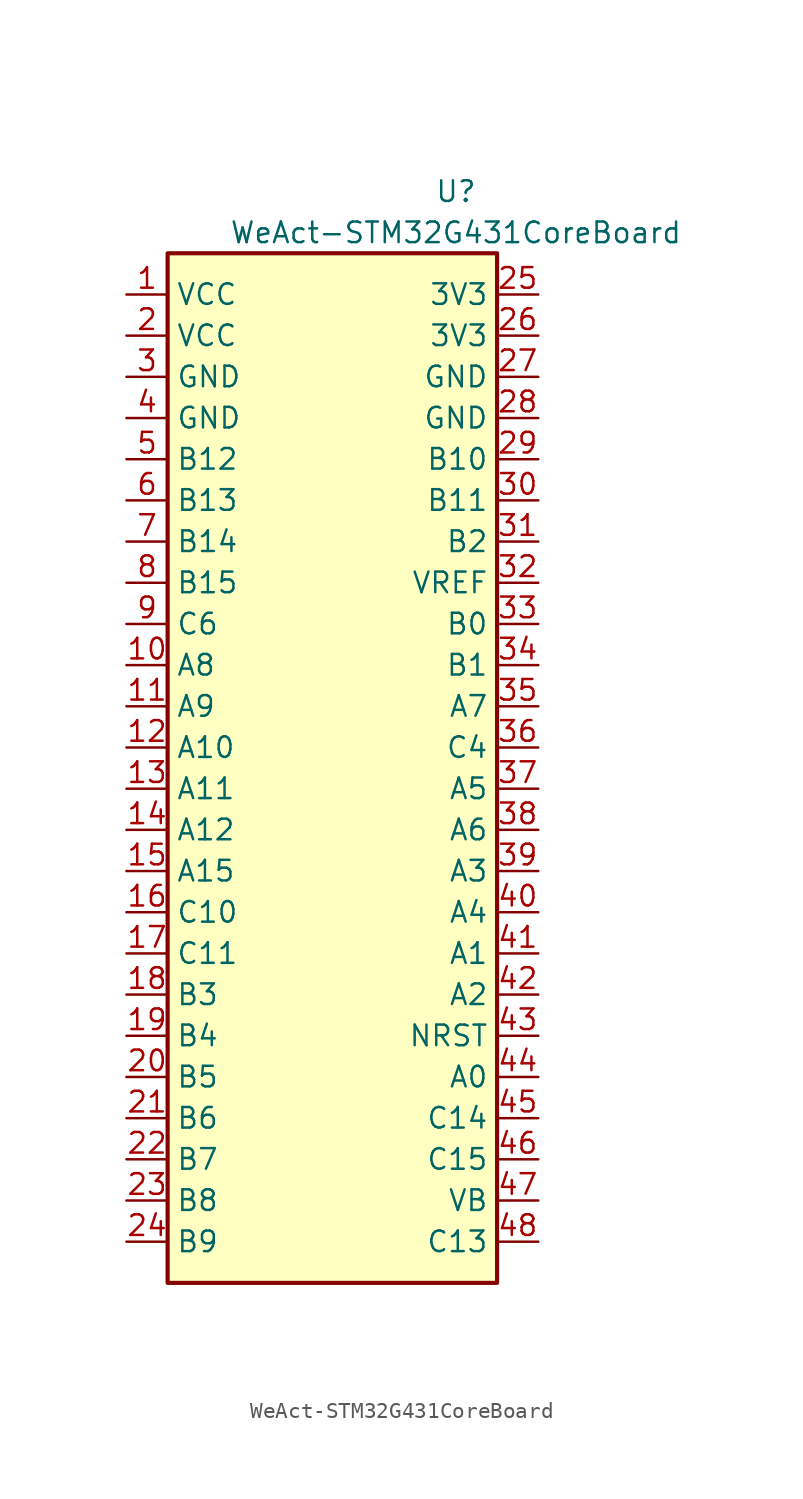
<source format=kicad_sym>
(kicad_symbol_lib
  (version 20211014)
  (generator kicad_symbol_editor)
  (symbol "WeAct-STM32G431CoreBoard"
    (property "Reference" "U"
      (at 7.62 31.75 0)
      (effects (font (size 1.27 1.27))))
    (property "Value" "WeAct-STM32G431CoreBoard"
      (at 7.62 29.21 0)
      (effects (font (size 1.27 1.27))))
    (symbol "WeAct-STM32G431CoreBoard_0_1"
      (rectangle (start -10.16 27.94) (end 10.16 -35.56) (stroke (width 0.254) (type default) (color 0 0 0 0)) (fill (type background))))
    (symbol "WeAct-STM32G431CoreBoard_1_1"
      (pin power_in line (at -12.7 25.4 0) (length 2.54) (name "VCC" (effects (font (size 1.27 1.27)))) (number "1" (effects (font (size 1.27 1.27)))))
      (pin bidirectional line (at -12.7 2.54 0) (length 2.54) (name "A8" (effects (font (size 1.27 1.27)))) (number "10" (effects (font (size 1.27 1.27)))))
      (pin bidirectional line (at -12.7 0 0) (length 2.54) (name "A9" (effects (font (size 1.27 1.27)))) (number "11" (effects (font (size 1.27 1.27)))))
      (pin bidirectional line (at -12.7 -2.54 0) (length 2.54) (name "A10" (effects (font (size 1.27 1.27)))) (number "12" (effects (font (size 1.27 1.27)))))
      (pin bidirectional line (at -12.7 -5.08 0) (length 2.54) (name "A11" (effects (font (size 1.27 1.27)))) (number "13" (effects (font (size 1.27 1.27)))))
      (pin bidirectional line (at -12.7 -7.62 0) (length 2.54) (name "A12" (effects (font (size 1.27 1.27)))) (number "14" (effects (font (size 1.27 1.27)))))
      (pin bidirectional line (at -12.7 -10.16 0) (length 2.54) (name "A15" (effects (font (size 1.27 1.27)))) (number "15" (effects (font (size 1.27 1.27)))))
      (pin bidirectional line (at -12.7 -12.7 0) (length 2.54) (name "C10" (effects (font (size 1.27 1.27)))) (number "16" (effects (font (size 1.27 1.27)))))
      (pin bidirectional line (at -12.7 -15.24 0) (length 2.54) (name "C11" (effects (font (size 1.27 1.27)))) (number "17" (effects (font (size 1.27 1.27)))))
      (pin bidirectional line (at -12.7 -17.78 0) (length 2.54) (name "B3" (effects (font (size 1.27 1.27)))) (number "18" (effects (font (size 1.27 1.27)))))
      (pin bidirectional line (at -12.7 -20.32 0) (length 2.54) (name "B4" (effects (font (size 1.27 1.27)))) (number "19" (effects (font (size 1.27 1.27)))))
      (pin power_in line (at -12.7 22.86 0) (length 2.54) (name "VCC" (effects (font (size 1.27 1.27)))) (number "2" (effects (font (size 1.27 1.27)))))
      (pin bidirectional line (at -12.7 -22.86 0) (length 2.54) (name "B5" (effects (font (size 1.27 1.27)))) (number "20" (effects (font (size 1.27 1.27)))))
      (pin bidirectional line (at -12.7 -25.4 0) (length 2.54) (name "B6" (effects (font (size 1.27 1.27)))) (number "21" (effects (font (size 1.27 1.27)))))
      (pin bidirectional line (at -12.7 -27.94 0) (length 2.54) (name "B7" (effects (font (size 1.27 1.27)))) (number "22" (effects (font (size 1.27 1.27)))))
      (pin bidirectional line (at -12.7 -30.48 0) (length 2.54) (name "B8" (effects (font (size 1.27 1.27)))) (number "23" (effects (font (size 1.27 1.27)))))
      (pin bidirectional line (at -12.7 -33.02 0) (length 2.54) (name "B9" (effects (font (size 1.27 1.27)))) (number "24" (effects (font (size 1.27 1.27)))))
      (pin power_in line (at 12.7 25.4 180) (length 2.54) (name "3V3" (effects (font (size 1.27 1.27)))) (number "25" (effects (font (size 1.27 1.27)))))
      (pin power_in line (at 12.7 22.86 180) (length 2.54) (name "3V3" (effects (font (size 1.27 1.27)))) (number "26" (effects (font (size 1.27 1.27)))))
      (pin power_in line (at 12.7 20.32 180) (length 2.54) (name "GND" (effects (font (size 1.27 1.27)))) (number "27" (effects (font (size 1.27 1.27)))))
      (pin power_in line (at 12.7 17.78 180) (length 2.54) (name "GND" (effects (font (size 1.27 1.27)))) (number "28" (effects (font (size 1.27 1.27)))))
      (pin bidirectional line (at 12.7 15.24 180) (length 2.54) (name "B10" (effects (font (size 1.27 1.27)))) (number "29" (effects (font (size 1.27 1.27)))))
      (pin power_in line (at -12.7 20.32 0) (length 2.54) (name "GND" (effects (font (size 1.27 1.27)))) (number "3" (effects (font (size 1.27 1.27)))))
      (pin bidirectional line (at 12.7 12.7 180) (length 2.54) (name "B11" (effects (font (size 1.27 1.27)))) (number "30" (effects (font (size 1.27 1.27)))))
      (pin bidirectional line (at 12.7 10.16 180) (length 2.54) (name "B2" (effects (font (size 1.27 1.27)))) (number "31" (effects (font (size 1.27 1.27)))))
      (pin power_in line (at 12.7 7.62 180) (length 2.54) (name "VREF" (effects (font (size 1.27 1.27)))) (number "32" (effects (font (size 1.27 1.27)))))
      (pin bidirectional line (at 12.7 5.08 180) (length 2.54) (name "B0" (effects (font (size 1.27 1.27)))) (number "33" (effects (font (size 1.27 1.27)))))
      (pin bidirectional line (at 12.7 2.54 180) (length 2.54) (name "B1" (effects (font (size 1.27 1.27)))) (number "34" (effects (font (size 1.27 1.27)))))
      (pin bidirectional line (at 12.7 0 180) (length 2.54) (name "A7" (effects (font (size 1.27 1.27)))) (number "35" (effects (font (size 1.27 1.27)))))
      (pin bidirectional line (at 12.7 -2.54 180) (length 2.54) (name "C4" (effects (font (size 1.27 1.27)))) (number "36" (effects (font (size 1.27 1.27)))))
      (pin bidirectional line (at 12.7 -5.08 180) (length 2.54) (name "A5" (effects (font (size 1.27 1.27)))) (number "37" (effects (font (size 1.27 1.27)))))
      (pin bidirectional line (at 12.7 -7.62 180) (length 2.54) (name "A6" (effects (font (size 1.27 1.27)))) (number "38" (effects (font (size 1.27 1.27)))))
      (pin bidirectional line (at 12.7 -10.16 180) (length 2.54) (name "A3" (effects (font (size 1.27 1.27)))) (number "39" (effects (font (size 1.27 1.27)))))
      (pin power_in line (at -12.7 17.78 0) (length 2.54) (name "GND" (effects (font (size 1.27 1.27)))) (number "4" (effects (font (size 1.27 1.27)))))
      (pin bidirectional line (at 12.7 -12.7 180) (length 2.54) (name "A4" (effects (font (size 1.27 1.27)))) (number "40" (effects (font (size 1.27 1.27)))))
      (pin bidirectional line (at 12.7 -15.24 180) (length 2.54) (name "A1" (effects (font (size 1.27 1.27)))) (number "41" (effects (font (size 1.27 1.27)))))
      (pin bidirectional line (at 12.7 -17.78 180) (length 2.54) (name "A2" (effects (font (size 1.27 1.27)))) (number "42" (effects (font (size 1.27 1.27)))))
      (pin bidirectional line (at 12.7 -20.32 180) (length 2.54) (name "NRST" (effects (font (size 1.27 1.27)))) (number "43" (effects (font (size 1.27 1.27)))))
      (pin bidirectional line (at 12.7 -22.86 180) (length 2.54) (name "A0" (effects (font (size 1.27 1.27)))) (number "44" (effects (font (size 1.27 1.27)))))
      (pin bidirectional line (at 12.7 -25.4 180) (length 2.54) (name "C14" (effects (font (size 1.27 1.27)))) (number "45" (effects (font (size 1.27 1.27)))))
      (pin bidirectional line (at 12.7 -27.94 180) (length 2.54) (name "C15" (effects (font (size 1.27 1.27)))) (number "46" (effects (font (size 1.27 1.27)))))
      (pin power_in line (at 12.7 -30.48 180) (length 2.54) (name "VB" (effects (font (size 1.27 1.27)))) (number "47" (effects (font (size 1.27 1.27)))))
      (pin bidirectional line (at 12.7 -33.02 180) (length 2.54) (name "C13" (effects (font (size 1.27 1.27)))) (number "48" (effects (font (size 1.27 1.27)))))
      (pin bidirectional line (at -12.7 15.24 0) (length 2.54) (name "B12" (effects (font (size 1.27 1.27)))) (number "5" (effects (font (size 1.27 1.27)))))
      (pin bidirectional line (at -12.7 12.7 0) (length 2.54) (name "B13" (effects (font (size 1.27 1.27)))) (number "6" (effects (font (size 1.27 1.27)))))
      (pin bidirectional line (at -12.7 10.16 0) (length 2.54) (name "B14" (effects (font (size 1.27 1.27)))) (number "7" (effects (font (size 1.27 1.27)))))
      (pin bidirectional line (at -12.7 7.62 0) (length 2.54) (name "B15" (effects (font (size 1.27 1.27)))) (number "8" (effects (font (size 1.27 1.27)))))
      (pin bidirectional line (at -12.7 5.08 0) (length 2.54) (name "C6" (effects (font (size 1.27 1.27)))) (number "9" (effects (font (size 1.27 1.27))))))))
</source>
